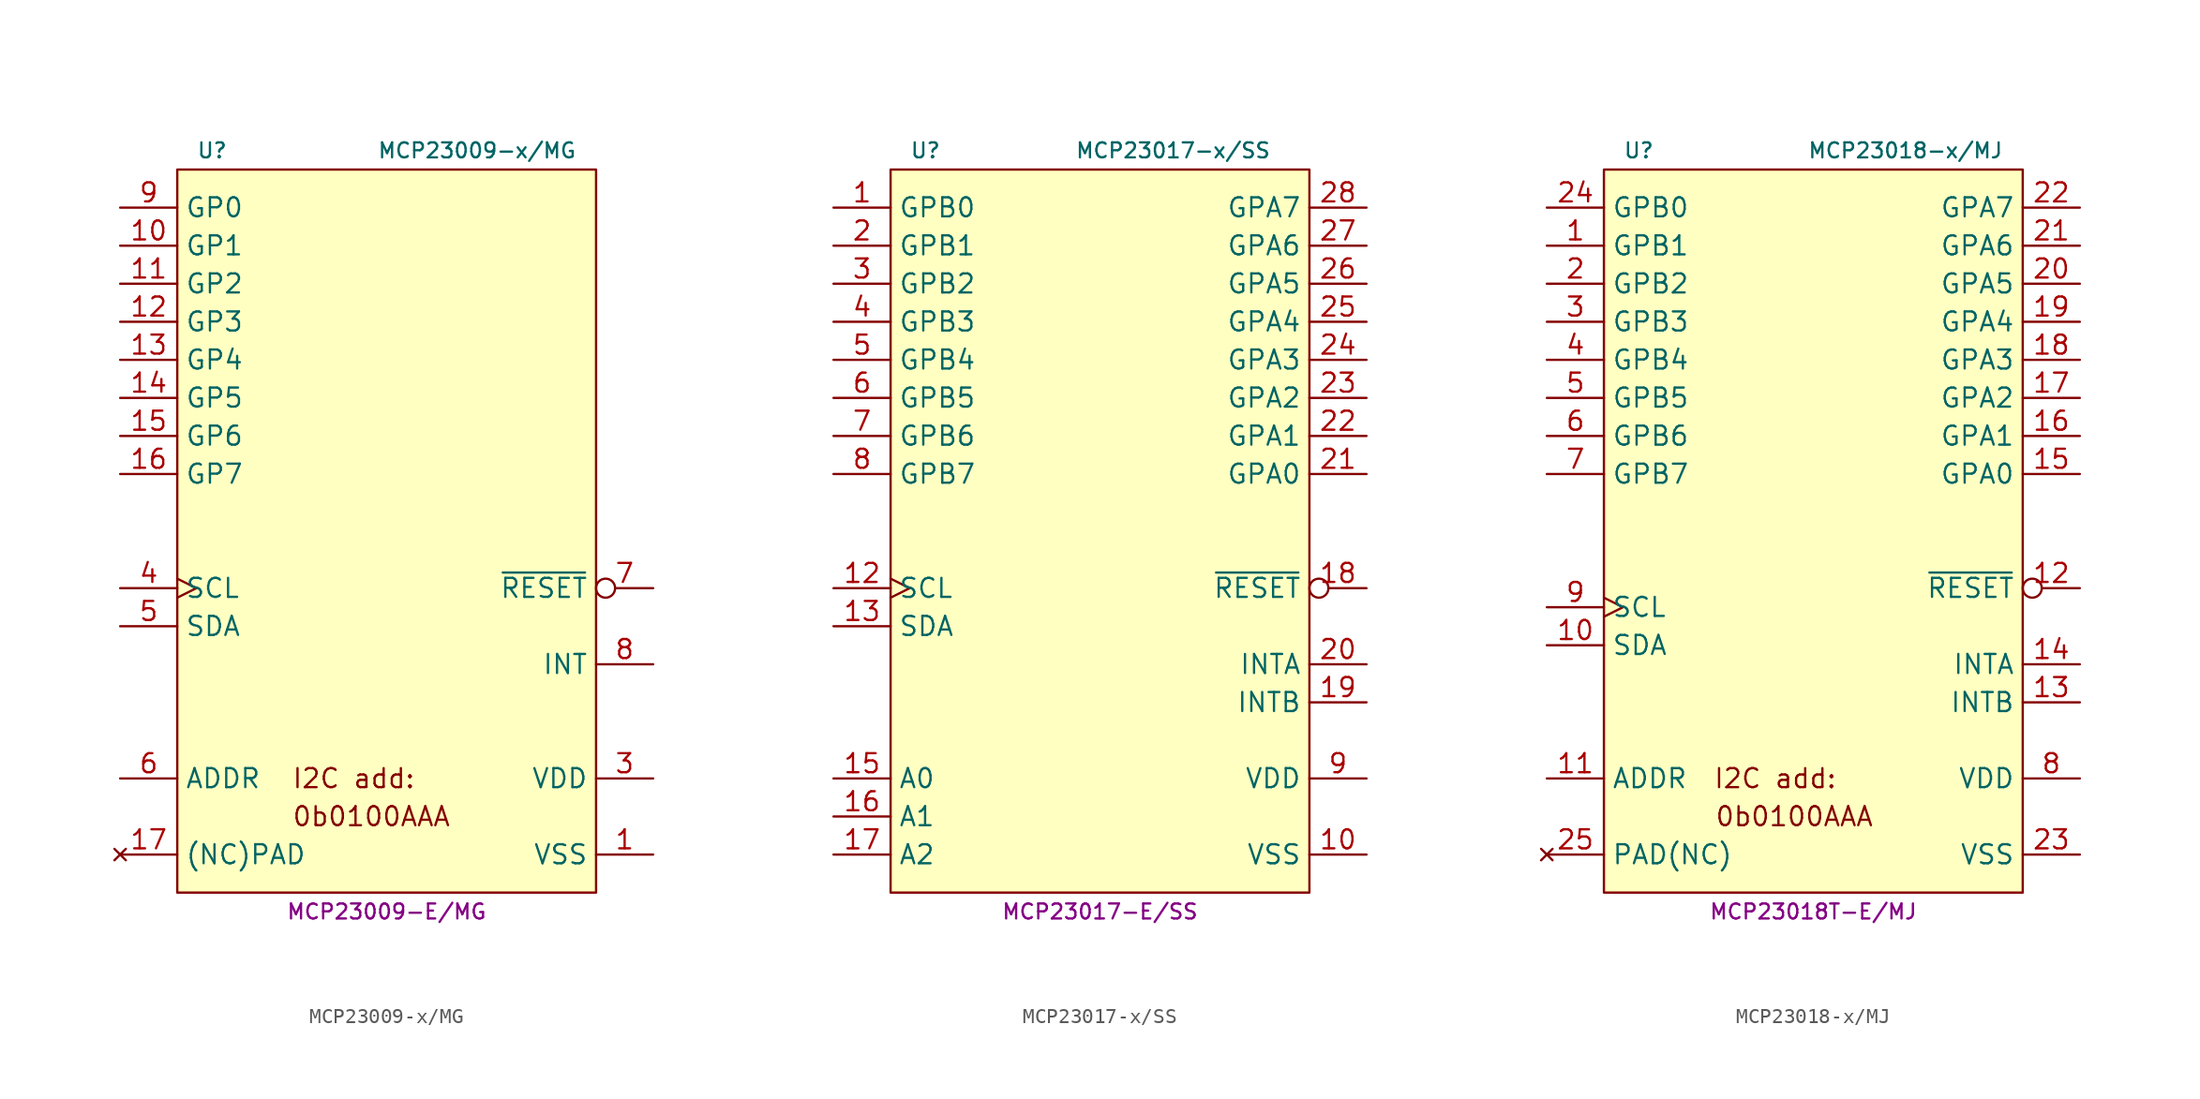
<source format=kicad_sym>
(kicad_symbol_lib
  (version 20231120)
  (generator "kicad_symbol_editor")
  (generator_version "8.0")
  (symbol "MCP23009-x/MG"
    (property "Reference" "U"
      (at -12.7 25.4 0)
      (do_not_autoplace)
      (effects (font (size 1 1)) (justify left)))
    (property "Value" "MCP23009-x/MG"
      (at 12.7 25.4 0)
      (do_not_autoplace)
      (effects (font (size 1 1)) (justify right)))
    (property "MPN" "MCP23009-E/MG"
      (at 0 -25.4 0)
      (do_not_autoplace)
      (effects (font (size 1 1))))
    (symbol "MCP23009-x/MG_0_0"
      (text "0b0100AAA" (at -6.35 -19.05 0) (effects (font (size 1.27 1.27)) (justify left)))
      (text "I2C add:" (at -6.35 -16.51 0) (effects (font (size 1.27 1.27)) (justify left))))
    (symbol "MCP23009-x/MG_1_1"
      (rectangle (start -13.97 24.13) (end 13.97 -24.13) (stroke (width 0) (type default)) (fill (type background)))
      (pin power_in line (at 17.78 -21.59 180) (length 3.81) (name "VSS" (effects (font (size 1.27 1.27)))) (number "1" (effects (font (size 1.27 1.27)))))
      (pin open_collector line (at -17.78 19.05 0) (length 3.81) (name "GP1" (effects (font (size 1.27 1.27)))) (number "10" (effects (font (size 1.27 1.27)))))
      (pin open_collector line (at -17.78 16.51 0) (length 3.81) (name "GP2" (effects (font (size 1.27 1.27)))) (number "11" (effects (font (size 1.27 1.27)))))
      (pin open_collector line (at -17.78 13.97 0) (length 3.81) (name "GP3" (effects (font (size 1.27 1.27)))) (number "12" (effects (font (size 1.27 1.27)))))
      (pin open_collector line (at -17.78 11.43 0) (length 3.81) (name "GP4" (effects (font (size 1.27 1.27)))) (number "13" (effects (font (size 1.27 1.27)))))
      (pin open_collector line (at -17.78 8.89 0) (length 3.81) (name "GP5" (effects (font (size 1.27 1.27)))) (number "14" (effects (font (size 1.27 1.27)))))
      (pin open_collector line (at -17.78 6.35 0) (length 3.81) (name "GP6" (effects (font (size 1.27 1.27)))) (number "15" (effects (font (size 1.27 1.27)))))
      (pin open_collector line (at -17.78 3.81 0) (length 3.81) (name "GP7" (effects (font (size 1.27 1.27)))) (number "16" (effects (font (size 1.27 1.27)))))
      (pin no_connect line (at -17.78 -21.59 0) (length 3.81) (name "(NC)PAD" (effects (font (size 1.27 1.27)))) (number "17" (effects (font (size 1.27 1.27)))))
      (pin power_in line (at 17.78 -16.51 180) (length 3.81) (name "VDD" (effects (font (size 1.27 1.27)))) (number "3" (effects (font (size 1.27 1.27)))))
      (pin input clock (at -17.78 -3.81 0) (length 3.81) (name "SCL" (effects (font (size 1.27 1.27)))) (number "4" (effects (font (size 1.27 1.27)))))
      (pin bidirectional line (at -17.78 -6.35 0) (length 3.81) (name "SDA" (effects (font (size 1.27 1.27)))) (number "5" (effects (font (size 1.27 1.27)))))
      (pin input line (at -17.78 -16.51 0) (length 3.81) (name "ADDR" (effects (font (size 1.27 1.27)))) (number "6" (effects (font (size 1.27 1.27)))))
      (pin input inverted (at 17.78 -3.81 180) (length 3.81) (name "~{RESET}" (effects (font (size 1.27 1.27)))) (number "7" (effects (font (size 1.27 1.27)))))
      (pin output line (at 17.78 -8.89 180) (length 3.81) (name "INT" (effects (font (size 1.27 1.27)))) (number "8" (effects (font (size 1.27 1.27)))))
      (pin open_collector line (at -17.78 21.59 0) (length 3.81) (name "GP0" (effects (font (size 1.27 1.27)))) (number "9" (effects (font (size 1.27 1.27)))))))
  (symbol "MCP23017-x/SS"
    (property "Reference" "U"
      (at -12.7 25.4 0)
      (do_not_autoplace)
      (effects (font (size 1 1)) (justify left)))
    (property "Value" "MCP23017-x/SS"
      (at 11.43 25.4 0)
      (do_not_autoplace)
      (effects (font (size 1 1)) (justify right)))
    (property "MPN" "MCP23017-E/SS"
      (at 0 -25.4 0)
      (do_not_autoplace)
      (effects (font (size 1 1))))
    (symbol "MCP23017-x/SS_1_1"
      (rectangle (start -13.97 24.13) (end 13.97 -24.13) (stroke (width 0) (type default)) (fill (type background)))
      (pin bidirectional line (at -17.78 21.59 0) (length 3.81) (name "GPB0" (effects (font (size 1.27 1.27)))) (number "1" (effects (font (size 1.27 1.27)))))
      (pin power_in line (at 17.78 -21.59 180) (length 3.81) (name "VSS" (effects (font (size 1.27 1.27)))) (number "10" (effects (font (size 1.27 1.27)))))
      (pin input clock (at -17.78 -3.81 0) (length 3.81) (name "SCL" (effects (font (size 1.27 1.27)))) (number "12" (effects (font (size 1.27 1.27)))))
      (pin bidirectional line (at -17.78 -6.35 0) (length 3.81) (name "SDA" (effects (font (size 1.27 1.27)))) (number "13" (effects (font (size 1.27 1.27)))))
      (pin input line (at -17.78 -16.51 0) (length 3.81) (name "A0" (effects (font (size 1.27 1.27)))) (number "15" (effects (font (size 1.27 1.27)))))
      (pin input line (at -17.78 -19.05 0) (length 3.81) (name "A1" (effects (font (size 1.27 1.27)))) (number "16" (effects (font (size 1.27 1.27)))))
      (pin input line (at -17.78 -21.59 0) (length 3.81) (name "A2" (effects (font (size 1.27 1.27)))) (number "17" (effects (font (size 1.27 1.27)))))
      (pin input inverted (at 17.78 -3.81 180) (length 3.81) (name "~{RESET}" (effects (font (size 1.27 1.27)))) (number "18" (effects (font (size 1.27 1.27)))))
      (pin output line (at 17.78 -11.43 180) (length 3.81) (name "INTB" (effects (font (size 1.27 1.27)))) (number "19" (effects (font (size 1.27 1.27)))))
      (pin bidirectional line (at -17.78 19.05 0) (length 3.81) (name "GPB1" (effects (font (size 1.27 1.27)))) (number "2" (effects (font (size 1.27 1.27)))))
      (pin output line (at 17.78 -8.89 180) (length 3.81) (name "INTA" (effects (font (size 1.27 1.27)))) (number "20" (effects (font (size 1.27 1.27)))))
      (pin bidirectional line (at 17.78 3.81 180) (length 3.81) (name "GPA0" (effects (font (size 1.27 1.27)))) (number "21" (effects (font (size 1.27 1.27)))))
      (pin bidirectional line (at 17.78 6.35 180) (length 3.81) (name "GPA1" (effects (font (size 1.27 1.27)))) (number "22" (effects (font (size 1.27 1.27)))))
      (pin bidirectional line (at 17.78 8.89 180) (length 3.81) (name "GPA2" (effects (font (size 1.27 1.27)))) (number "23" (effects (font (size 1.27 1.27)))))
      (pin bidirectional line (at 17.78 11.43 180) (length 3.81) (name "GPA3" (effects (font (size 1.27 1.27)))) (number "24" (effects (font (size 1.27 1.27)))))
      (pin bidirectional line (at 17.78 13.97 180) (length 3.81) (name "GPA4" (effects (font (size 1.27 1.27)))) (number "25" (effects (font (size 1.27 1.27)))))
      (pin bidirectional line (at 17.78 16.51 180) (length 3.81) (name "GPA5" (effects (font (size 1.27 1.27)))) (number "26" (effects (font (size 1.27 1.27)))))
      (pin bidirectional line (at 17.78 19.05 180) (length 3.81) (name "GPA6" (effects (font (size 1.27 1.27)))) (number "27" (effects (font (size 1.27 1.27)))))
      (pin bidirectional line (at 17.78 21.59 180) (length 3.81) (name "GPA7" (effects (font (size 1.27 1.27)))) (number "28" (effects (font (size 1.27 1.27)))))
      (pin bidirectional line (at -17.78 16.51 0) (length 3.81) (name "GPB2" (effects (font (size 1.27 1.27)))) (number "3" (effects (font (size 1.27 1.27)))))
      (pin bidirectional line (at -17.78 13.97 0) (length 3.81) (name "GPB3" (effects (font (size 1.27 1.27)))) (number "4" (effects (font (size 1.27 1.27)))))
      (pin bidirectional line (at -17.78 11.43 0) (length 3.81) (name "GPB4" (effects (font (size 1.27 1.27)))) (number "5" (effects (font (size 1.27 1.27)))))
      (pin bidirectional line (at -17.78 8.89 0) (length 3.81) (name "GPB5" (effects (font (size 1.27 1.27)))) (number "6" (effects (font (size 1.27 1.27)))))
      (pin bidirectional line (at -17.78 6.35 0) (length 3.81) (name "GPB6" (effects (font (size 1.27 1.27)))) (number "7" (effects (font (size 1.27 1.27)))))
      (pin bidirectional line (at -17.78 3.81 0) (length 3.81) (name "GPB7" (effects (font (size 1.27 1.27)))) (number "8" (effects (font (size 1.27 1.27)))))
      (pin power_in line (at 17.78 -16.51 180) (length 3.81) (name "VDD" (effects (font (size 1.27 1.27)))) (number "9" (effects (font (size 1.27 1.27)))))))
  (symbol "MCP23018-x/MJ"
    (property "Reference" "U"
      (at -12.7 25.4 0)
      (do_not_autoplace)
      (effects (font (size 1 1)) (justify left)))
    (property "Value" "MCP23018-x/MJ"
      (at 12.7 25.4 0)
      (do_not_autoplace)
      (effects (font (size 1 1)) (justify right)))
    (property "MPN" "MCP23018T-E/MJ"
      (at 0 -25.4 0)
      (do_not_autoplace)
      (effects (font (size 1 1))))
    (symbol "MCP23018-x/MJ_0_0"
      (text "0b0100AAA" (at -1.27 -19.05 0) (effects (font (size 1.27 1.27))))
      (text "I2C add:" (at -2.54 -16.51 0) (effects (font (size 1.27 1.27)))))
    (symbol "MCP23018-x/MJ_1_1"
      (rectangle (start -13.97 24.13) (end 13.97 -24.13) (stroke (width 0) (type default)) (fill (type background)))
      (pin open_collector line (at -17.78 19.05 0) (length 3.81) (name "GPB1" (effects (font (size 1.27 1.27)))) (number "1" (effects (font (size 1.27 1.27)))))
      (pin open_collector line (at -17.78 -7.62 0) (length 3.81) (name "SDA" (effects (font (size 1.27 1.27)))) (number "10" (effects (font (size 1.27 1.27)))))
      (pin passive line (at -17.78 -16.51 0) (length 3.81) (name "ADDR" (effects (font (size 1.27 1.27)))) (number "11" (effects (font (size 1.27 1.27)))))
      (pin input inverted (at 17.78 -3.81 180) (length 3.81) (name "~{RESET}" (effects (font (size 1.27 1.27)))) (number "12" (effects (font (size 1.27 1.27)))))
      (pin output line (at 17.78 -11.43 180) (length 3.81) (name "INTB" (effects (font (size 1.27 1.27)))) (number "13" (effects (font (size 1.27 1.27)))))
      (pin output line (at 17.78 -8.89 180) (length 3.81) (name "INTA" (effects (font (size 1.27 1.27)))) (number "14" (effects (font (size 1.27 1.27)))))
      (pin open_collector line (at 17.78 3.81 180) (length 3.81) (name "GPA0" (effects (font (size 1.27 1.27)))) (number "15" (effects (font (size 1.27 1.27)))))
      (pin open_collector line (at 17.78 6.35 180) (length 3.81) (name "GPA1" (effects (font (size 1.27 1.27)))) (number "16" (effects (font (size 1.27 1.27)))))
      (pin open_collector line (at 17.78 8.89 180) (length 3.81) (name "GPA2" (effects (font (size 1.27 1.27)))) (number "17" (effects (font (size 1.27 1.27)))))
      (pin open_collector line (at 17.78 11.43 180) (length 3.81) (name "GPA3" (effects (font (size 1.27 1.27)))) (number "18" (effects (font (size 1.27 1.27)))))
      (pin open_collector line (at 17.78 13.97 180) (length 3.81) (name "GPA4" (effects (font (size 1.27 1.27)))) (number "19" (effects (font (size 1.27 1.27)))))
      (pin open_collector line (at -17.78 16.51 0) (length 3.81) (name "GPB2" (effects (font (size 1.27 1.27)))) (number "2" (effects (font (size 1.27 1.27)))))
      (pin open_collector line (at 17.78 16.51 180) (length 3.81) (name "GPA5" (effects (font (size 1.27 1.27)))) (number "20" (effects (font (size 1.27 1.27)))))
      (pin open_collector line (at 17.78 19.05 180) (length 3.81) (name "GPA6" (effects (font (size 1.27 1.27)))) (number "21" (effects (font (size 1.27 1.27)))))
      (pin open_collector line (at 17.78 21.59 180) (length 3.81) (name "GPA7" (effects (font (size 1.27 1.27)))) (number "22" (effects (font (size 1.27 1.27)))))
      (pin power_in line (at 17.78 -21.59 180) (length 3.81) (name "VSS" (effects (font (size 1.27 1.27)))) (number "23" (effects (font (size 1.27 1.27)))))
      (pin open_collector line (at -17.78 21.59 0) (length 3.81) (name "GPB0" (effects (font (size 1.27 1.27)))) (number "24" (effects (font (size 1.27 1.27)))))
      (pin no_connect line (at -17.78 -21.59 0) (length 3.81) (name "PAD(NC)" (effects (font (size 1.27 1.27)))) (number "25" (effects (font (size 1.27 1.27)))))
      (pin open_collector line (at -17.78 13.97 0) (length 3.81) (name "GPB3" (effects (font (size 1.27 1.27)))) (number "3" (effects (font (size 1.27 1.27)))))
      (pin open_collector line (at -17.78 11.43 0) (length 3.81) (name "GPB4" (effects (font (size 1.27 1.27)))) (number "4" (effects (font (size 1.27 1.27)))))
      (pin open_collector line (at -17.78 8.89 0) (length 3.81) (name "GPB5" (effects (font (size 1.27 1.27)))) (number "5" (effects (font (size 1.27 1.27)))))
      (pin open_collector line (at -17.78 6.35 0) (length 3.81) (name "GPB6" (effects (font (size 1.27 1.27)))) (number "6" (effects (font (size 1.27 1.27)))))
      (pin open_collector line (at -17.78 3.81 0) (length 3.81) (name "GPB7" (effects (font (size 1.27 1.27)))) (number "7" (effects (font (size 1.27 1.27)))))
      (pin power_in line (at 17.78 -16.51 180) (length 3.81) (name "VDD" (effects (font (size 1.27 1.27)))) (number "8" (effects (font (size 1.27 1.27)))))
      (pin input clock (at -17.78 -5.08 0) (length 3.81) (name "SCL" (effects (font (size 1.27 1.27)))) (number "9" (effects (font (size 1.27 1.27))))))))
</source>
